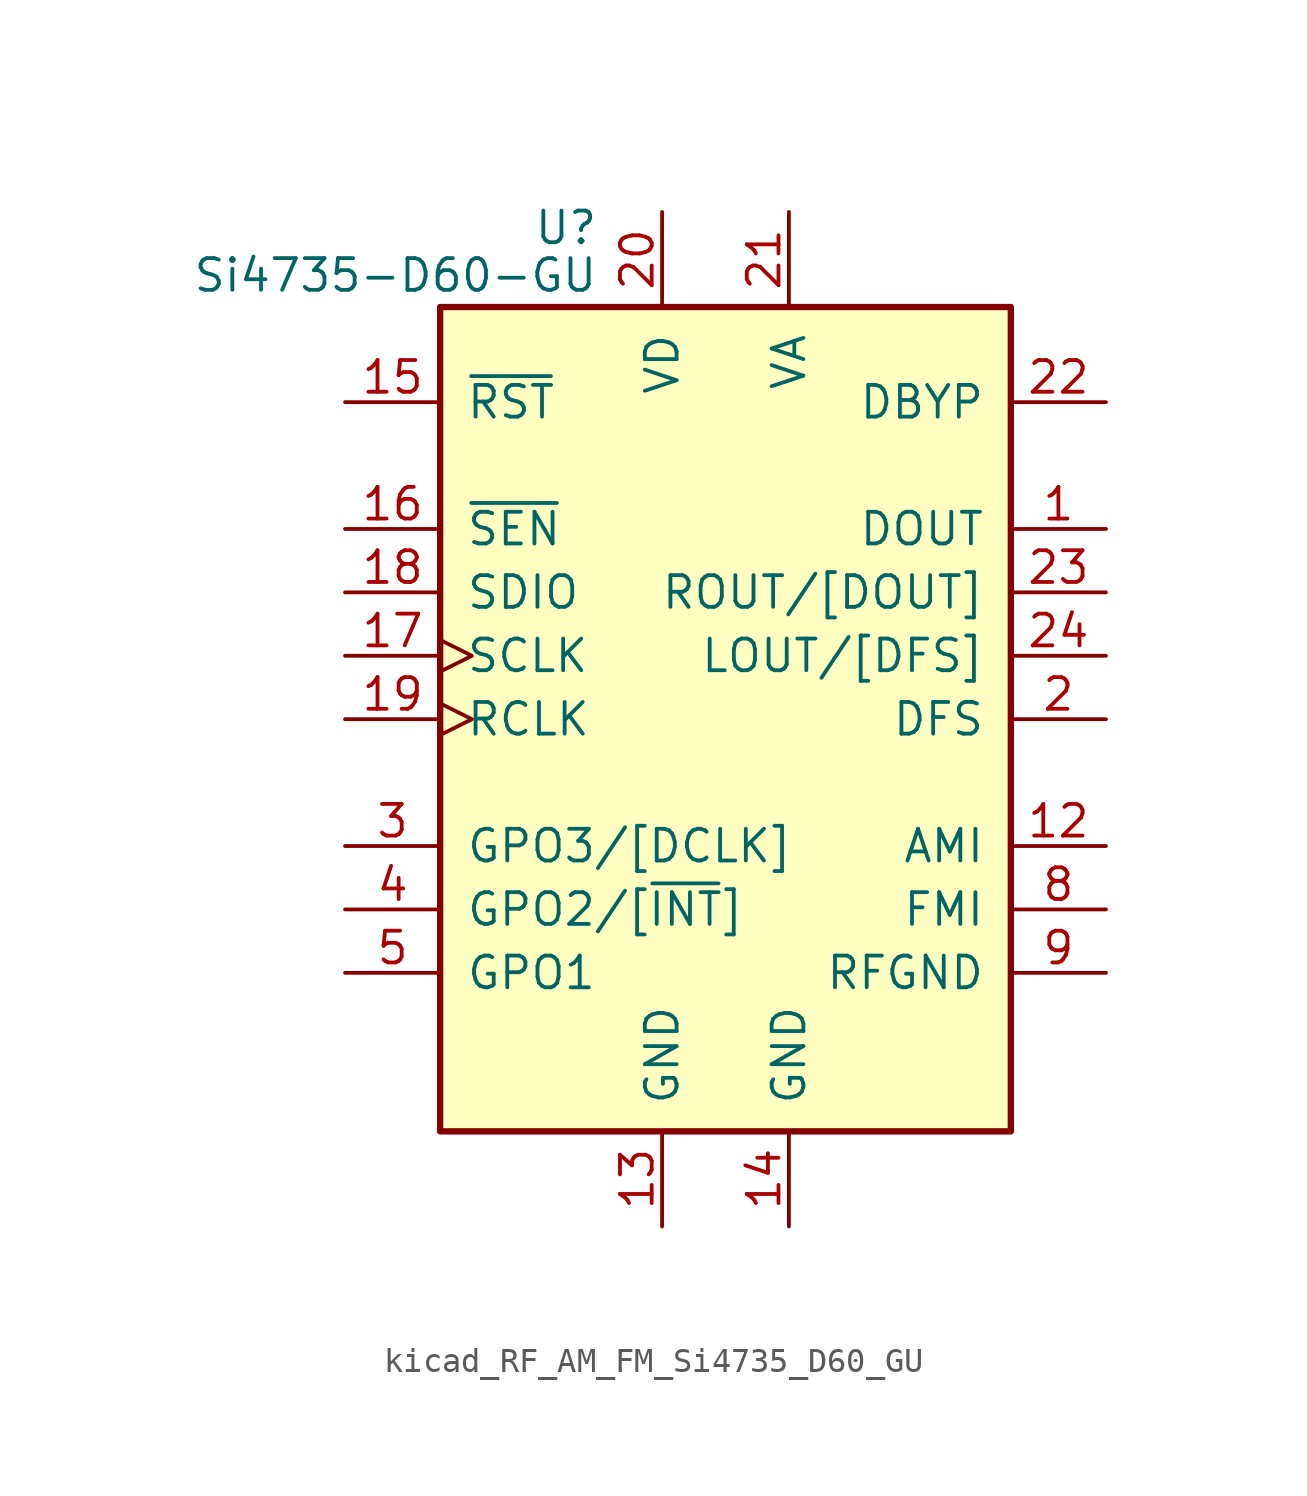
<source format=kicad_sym>
(kicad_symbol_lib
  (version 20220914)
  (generator kicad_symbol_editor)
  (symbol "kicad_RF_AM_FM_Si4735_D60_GU"
    (pin_names
      (offset 1.016))
    (property "Reference" "U"
      (at -5.08 19.685 0)
      (effects (font (size 1.27 1.27)) (justify right)))
    (property "Value" "Si4735-D60-GU"
      (at -5.08 17.78 0)
      (effects (font (size 1.27 1.27)) (justify right)))
    (symbol "kicad_RF_AM_FM_Si4735_D60_GU_0_1"
      (rectangle (start 11.43 16.51) (end -11.43 -16.51) (stroke (width 0.254) (type default)) (fill (type background))))
    (symbol "kicad_RF_AM_FM_Si4735_D60_GU_1_1"
      (pin output line (at 15.24 7.62 180) (length 3.81) (name "DOUT" (effects (font (size 1.27 1.27)))) (number "1" (effects (font (size 1.27 1.27)))))
      (pin no_connect line (at -5.08 -16.51 90) (length 3.81) hide (name "NC" (effects (font (size 1.27 1.27)))) (number "10" (effects (font (size 1.27 1.27)))))
      (pin no_connect line (at 5.08 -16.51 90) (length 3.81) hide (name "NC" (effects (font (size 1.27 1.27)))) (number "11" (effects (font (size 1.27 1.27)))))
      (pin input line (at 15.24 -5.08 180) (length 3.81) (name "AMI" (effects (font (size 1.27 1.27)))) (number "12" (effects (font (size 1.27 1.27)))))
      (pin power_in line (at -2.54 -20.32 90) (length 3.81) (name "GND" (effects (font (size 1.27 1.27)))) (number "13" (effects (font (size 1.27 1.27)))))
      (pin power_in line (at 2.54 -20.32 90) (length 3.81) (name "GND" (effects (font (size 1.27 1.27)))) (number "14" (effects (font (size 1.27 1.27)))))
      (pin input line (at -15.24 12.7 0) (length 3.81) (name "~{RST}" (effects (font (size 1.27 1.27)))) (number "15" (effects (font (size 1.27 1.27)))))
      (pin input line (at -15.24 7.62 0) (length 3.81) (name "~{SEN}" (effects (font (size 1.27 1.27)))) (number "16" (effects (font (size 1.27 1.27)))))
      (pin input clock (at -15.24 2.54 0) (length 3.81) (name "SCLK" (effects (font (size 1.27 1.27)))) (number "17" (effects (font (size 1.27 1.27)))))
      (pin bidirectional line (at -15.24 5.08 0) (length 3.81) (name "SDIO" (effects (font (size 1.27 1.27)))) (number "18" (effects (font (size 1.27 1.27)))))
      (pin input clock (at -15.24 0 0) (length 3.81) (name "RCLK" (effects (font (size 1.27 1.27)))) (number "19" (effects (font (size 1.27 1.27)))))
      (pin input line (at 15.24 0 180) (length 3.81) (name "DFS" (effects (font (size 1.27 1.27)))) (number "2" (effects (font (size 1.27 1.27)))))
      (pin power_in line (at -2.54 20.32 270) (length 3.81) (name "VD" (effects (font (size 1.27 1.27)))) (number "20" (effects (font (size 1.27 1.27)))))
      (pin power_in line (at 2.54 20.32 270) (length 3.81) (name "VA" (effects (font (size 1.27 1.27)))) (number "21" (effects (font (size 1.27 1.27)))))
      (pin passive line (at 15.24 12.7 180) (length 3.81) (name "DBYP" (effects (font (size 1.27 1.27)))) (number "22" (effects (font (size 1.27 1.27)))))
      (pin output line (at 15.24 5.08 180) (length 3.81) (name "ROUT/[DOUT]" (effects (font (size 1.27 1.27)))) (number "23" (effects (font (size 1.27 1.27)))))
      (pin bidirectional line (at 15.24 2.54 180) (length 3.81) (name "LOUT/[DFS]" (effects (font (size 1.27 1.27)))) (number "24" (effects (font (size 1.27 1.27)))))
      (pin bidirectional line (at -15.24 -5.08 0) (length 3.81) (name "GPO3/[DCLK]" (effects (font (size 1.27 1.27)))) (number "3" (effects (font (size 1.27 1.27)))))
      (pin output line (at -15.24 -7.62 0) (length 3.81) (name "GPO2/[~{INT}]" (effects (font (size 1.27 1.27)))) (number "4" (effects (font (size 1.27 1.27)))))
      (pin output line (at -15.24 -10.16 0) (length 3.81) (name "GPO1" (effects (font (size 1.27 1.27)))) (number "5" (effects (font (size 1.27 1.27)))))
      (pin no_connect line (at -11.43 -12.7 0) (length 3.81) hide (name "NC" (effects (font (size 1.27 1.27)))) (number "6" (effects (font (size 1.27 1.27)))))
      (pin no_connect line (at 11.43 -12.7 180) (length 3.81) hide (name "NC" (effects (font (size 1.27 1.27)))) (number "7" (effects (font (size 1.27 1.27)))))
      (pin input line (at 15.24 -7.62 180) (length 3.81) (name "FMI" (effects (font (size 1.27 1.27)))) (number "8" (effects (font (size 1.27 1.27)))))
      (pin power_in line (at 15.24 -10.16 180) (length 3.81) (name "RFGND" (effects (font (size 1.27 1.27)))) (number "9" (effects (font (size 1.27 1.27))))))))
</source>
